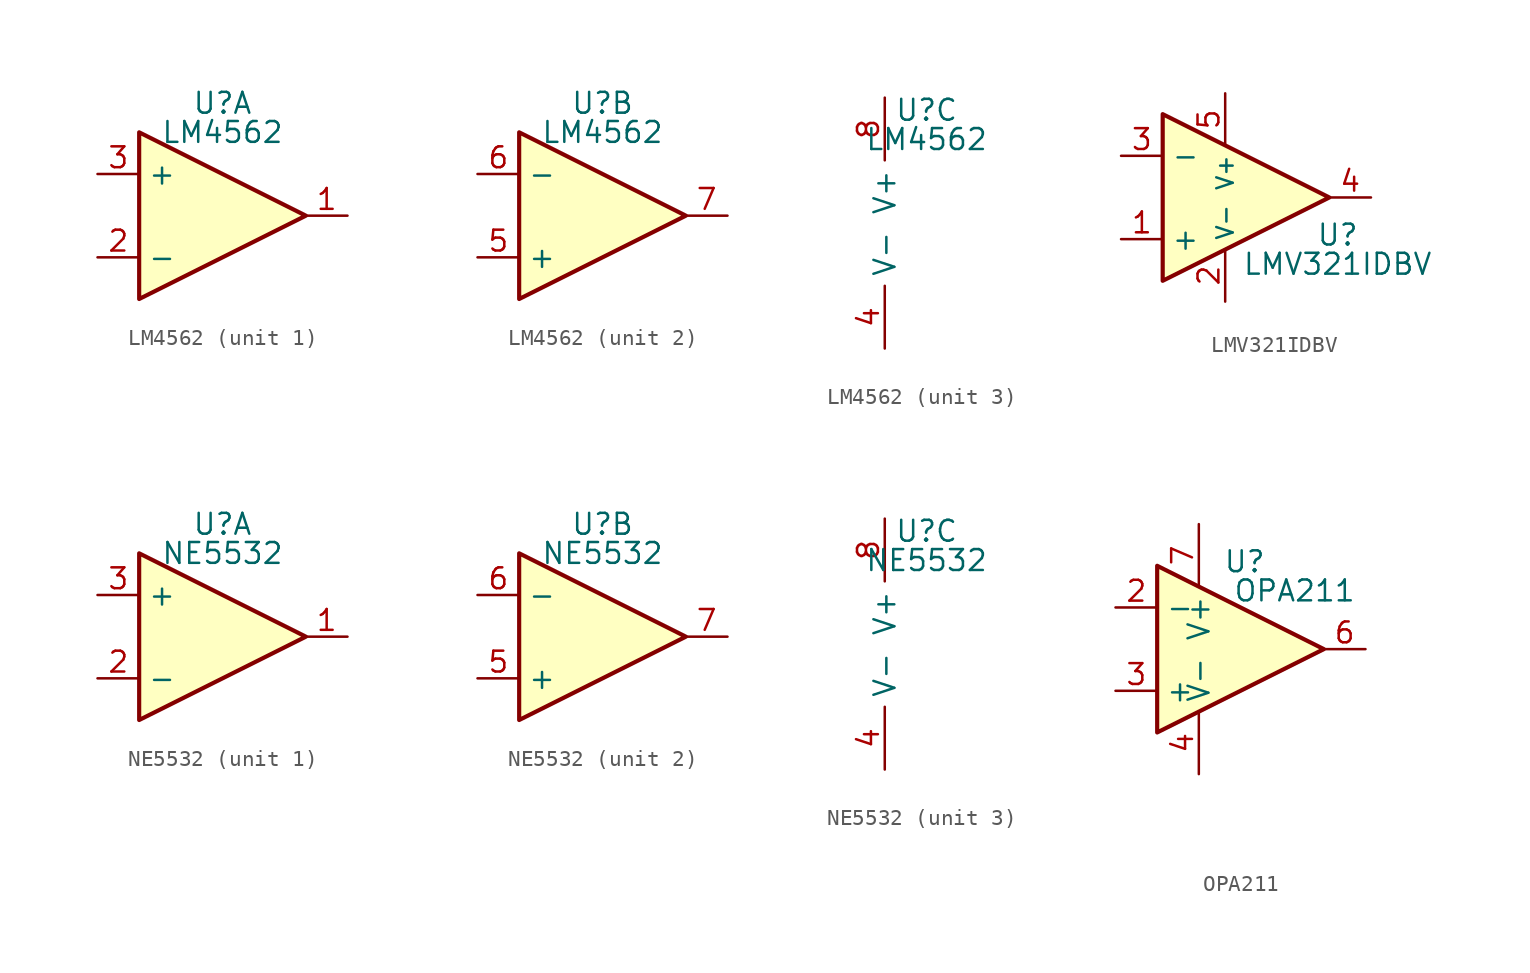
<source format=kicad_sym>
(kicad_symbol_lib
  (version 20231120)
  (generator "kicad_symbol_editor")
  (generator_version "8.0")
  (symbol "LM4562"
    (property "Reference" "U"
      (at 0 6.858 0)
      (effects (font (size 1.27 1.27))))
    (property "Value" "LM4562"
      (at 0 5.08 0)
      (effects (font (size 1.27 1.27))))
    (property "ki_locked" ""
      (at 0 0 0)
      (effects (font (size 1.27 1.27))))
    (symbol "LM4562_1_1"
      (polyline (pts (xy 5.08 0) (xy -5.08 5.08) (xy -5.08 -5.08) (xy 5.08 0)) (stroke (width 0.254) (type default)) (fill (type background)))
      (pin output line (at 7.62 0 180) (length 2.54) (name "~" (effects (font (size 1.27 1.27)))) (number "1" (effects (font (size 1.27 1.27)))))
      (pin input line (at -7.62 -2.54 0) (length 2.54) (name "-" (effects (font (size 1.27 1.27)))) (number "2" (effects (font (size 1.27 1.27)))))
      (pin input line (at -7.62 2.54 0) (length 2.54) (name "+" (effects (font (size 1.27 1.27)))) (number "3" (effects (font (size 1.27 1.27))))))
    (symbol "LM4562_2_1"
      (polyline (pts (xy 5.08 0) (xy -5.08 5.08) (xy -5.08 -5.08) (xy 5.08 0)) (stroke (width 0.254) (type default)) (fill (type background)))
      (pin input line (at -7.62 -2.54 0) (length 2.54) (name "+" (effects (font (size 1.27 1.27)))) (number "5" (effects (font (size 1.27 1.27)))))
      (pin input line (at -7.62 2.54 0) (length 2.54) (name "-" (effects (font (size 1.27 1.27)))) (number "6" (effects (font (size 1.27 1.27)))))
      (pin output line (at 7.62 0 180) (length 2.54) (name "~" (effects (font (size 1.27 1.27)))) (number "7" (effects (font (size 1.27 1.27))))))
    (symbol "LM4562_3_1"
      (pin power_in line (at -2.54 -7.62 90) (length 3.81) (name "V-" (effects (font (size 1.27 1.27)))) (number "4" (effects (font (size 1.27 1.27)))))
      (pin power_in line (at -2.54 7.62 270) (length 3.81) (name "V+" (effects (font (size 1.27 1.27)))) (number "8" (effects (font (size 1.27 1.27)))))))
  (symbol "LMV321IDBV"
    (property "Reference" "U"
      (at 6.858 -2.286 0)
      (effects (font (size 1.27 1.27))))
    (property "Value" "LMV321IDBV"
      (at 6.858 -4.064 0)
      (effects (font (size 1.27 1.27))))
    (symbol "LMV321IDBV_0_1"
      (polyline (pts (xy -3.81 5.08) (xy -3.81 -5.08) (xy 6.35 0) (xy -3.81 5.08)) (stroke (width 0.254) (type default)) (fill (type background))))
    (symbol "LMV321IDBV_1_1"
      (pin input line (at -6.35 -2.54 0) (length 2.54) (name "+" (effects (font (size 1.27 1.27)))) (number "1" (effects (font (size 1.27 1.27)))))
      (pin power_in line (at 0 -6.35 90) (length 3.18) (name "V-" (effects (font (size 1 1)))) (number "2" (effects (font (size 1.27 1.27)))))
      (pin input line (at -6.35 2.54 0) (length 2.54) (name "-" (effects (font (size 1.27 1.27)))) (number "3" (effects (font (size 1.27 1.27)))))
      (pin output line (at 8.89 0 180) (length 2.54) (name "~" (effects (font (size 1.27 1.27)))) (number "4" (effects (font (size 1.27 1.27)))))
      (pin power_in line (at 0 6.35 270) (length 3.18) (name "V+" (effects (font (size 1 1)))) (number "5" (effects (font (size 1.27 1.27)))))))
  (symbol "NE5532"
    (property "Reference" "U"
      (at 0 6.858 0)
      (effects (font (size 1.27 1.27))))
    (property "Value" "NE5532"
      (at 0 5.08 0)
      (effects (font (size 1.27 1.27))))
    (property "ki_locked" ""
      (at 0 0 0)
      (effects (font (size 1.27 1.27))))
    (symbol "NE5532_1_1"
      (polyline (pts (xy 5.08 0) (xy -5.08 5.08) (xy -5.08 -5.08) (xy 5.08 0)) (stroke (width 0.254) (type default)) (fill (type background)))
      (pin output line (at 7.62 0 180) (length 2.54) (name "~" (effects (font (size 1.27 1.27)))) (number "1" (effects (font (size 1.27 1.27)))))
      (pin input line (at -7.62 -2.54 0) (length 2.54) (name "-" (effects (font (size 1.27 1.27)))) (number "2" (effects (font (size 1.27 1.27)))))
      (pin input line (at -7.62 2.54 0) (length 2.54) (name "+" (effects (font (size 1.27 1.27)))) (number "3" (effects (font (size 1.27 1.27))))))
    (symbol "NE5532_2_1"
      (polyline (pts (xy 5.08 0) (xy -5.08 5.08) (xy -5.08 -5.08) (xy 5.08 0)) (stroke (width 0.254) (type default)) (fill (type background)))
      (pin input line (at -7.62 -2.54 0) (length 2.54) (name "+" (effects (font (size 1.27 1.27)))) (number "5" (effects (font (size 1.27 1.27)))))
      (pin input line (at -7.62 2.54 0) (length 2.54) (name "-" (effects (font (size 1.27 1.27)))) (number "6" (effects (font (size 1.27 1.27)))))
      (pin output line (at 7.62 0 180) (length 2.54) (name "~" (effects (font (size 1.27 1.27)))) (number "7" (effects (font (size 1.27 1.27))))))
    (symbol "NE5532_3_1"
      (pin power_in line (at -2.54 -7.62 90) (length 3.81) (name "V-" (effects (font (size 1.27 1.27)))) (number "4" (effects (font (size 1.27 1.27)))))
      (pin power_in line (at -2.54 7.62 270) (length 3.81) (name "V+" (effects (font (size 1.27 1.27)))) (number "8" (effects (font (size 1.27 1.27)))))))
  (symbol "OPA211"
    (property "Reference" "U"
      (at 2.794 5.334 0)
      (effects (font (size 1.27 1.27))))
    (property "Value" "OPA211"
      (at 5.842 3.556 0)
      (effects (font (size 1.27 1.27))))
    (symbol "OPA211_1_1"
      (polyline (pts (xy -2.54 5.08) (xy 7.62 0) (xy -2.54 -5.08) (xy -2.54 5.08)) (stroke (width 0.254) (type default)) (fill (type background)))
      (pin no_connect line (at 7.62 -6.35 180) (length 2.54) hide (name "" (effects (font (size 1.27 1.27)))) (number "1" (effects (font (size 1.27 1.27)))))
      (pin input line (at -5.08 2.54 0) (length 2.54) (name "-" (effects (font (size 1.27 1.27)))) (number "2" (effects (font (size 1.27 1.27)))))
      (pin input line (at -5.08 -2.54 0) (length 2.54) (name "+" (effects (font (size 1.27 1.27)))) (number "3" (effects (font (size 1.27 1.27)))))
      (pin power_in line (at 0 -7.62 90) (length 3.81) (name "V-" (effects (font (size 1.27 1.27)))) (number "4" (effects (font (size 1.27 1.27)))))
      (pin no_connect line (at 7.62 -8.89 180) (length 2.54) hide (name "" (effects (font (size 1.27 1.27)))) (number "5" (effects (font (size 1.27 1.27)))))
      (pin output line (at 10.16 0 180) (length 2.54) (name "~" (effects (font (size 1.27 1.27)))) (number "6" (effects (font (size 1.27 1.27)))))
      (pin power_in line (at 0 7.62 270) (length 3.81) (name "V+" (effects (font (size 1.27 1.27)))) (number "7" (effects (font (size 1.27 1.27)))))
      (pin no_connect line (at 7.62 -11.43 180) (length 2.54) hide (name "" (effects (font (size 1.27 1.27)))) (number "8" (effects (font (size 1.27 1.27))))))))
</source>
